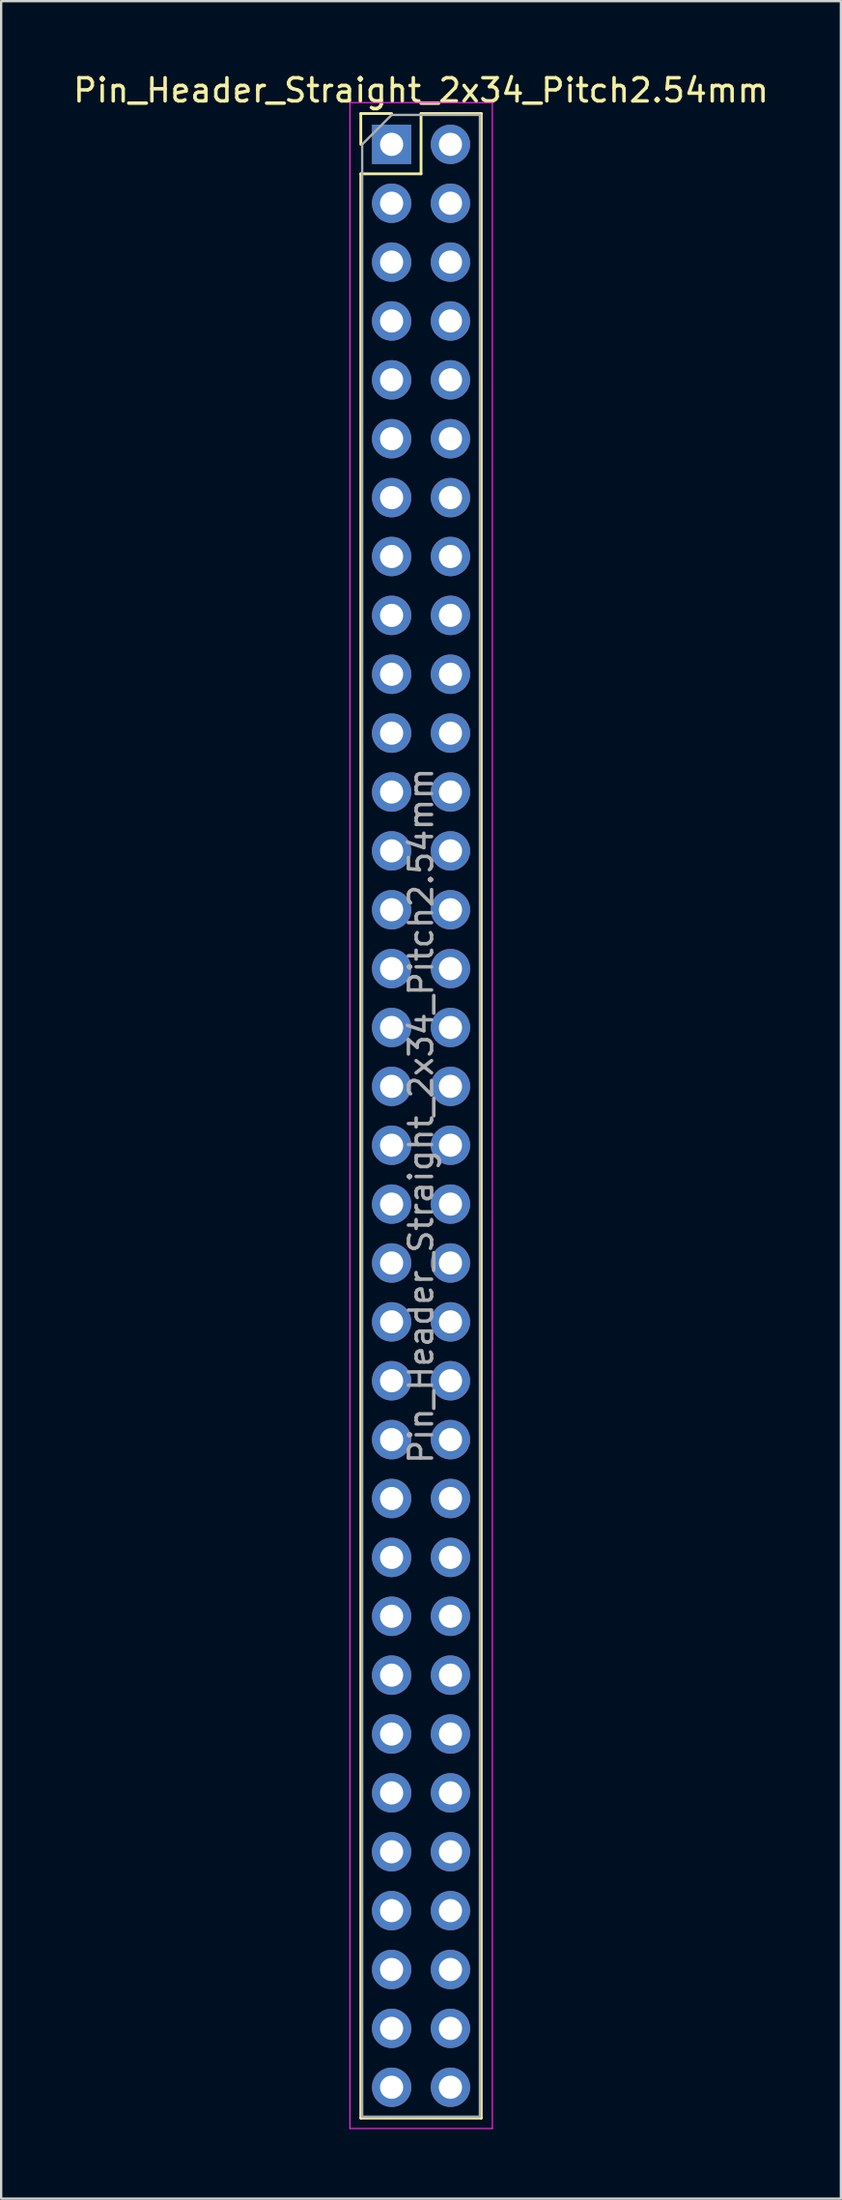
<source format=kicad_pcb>
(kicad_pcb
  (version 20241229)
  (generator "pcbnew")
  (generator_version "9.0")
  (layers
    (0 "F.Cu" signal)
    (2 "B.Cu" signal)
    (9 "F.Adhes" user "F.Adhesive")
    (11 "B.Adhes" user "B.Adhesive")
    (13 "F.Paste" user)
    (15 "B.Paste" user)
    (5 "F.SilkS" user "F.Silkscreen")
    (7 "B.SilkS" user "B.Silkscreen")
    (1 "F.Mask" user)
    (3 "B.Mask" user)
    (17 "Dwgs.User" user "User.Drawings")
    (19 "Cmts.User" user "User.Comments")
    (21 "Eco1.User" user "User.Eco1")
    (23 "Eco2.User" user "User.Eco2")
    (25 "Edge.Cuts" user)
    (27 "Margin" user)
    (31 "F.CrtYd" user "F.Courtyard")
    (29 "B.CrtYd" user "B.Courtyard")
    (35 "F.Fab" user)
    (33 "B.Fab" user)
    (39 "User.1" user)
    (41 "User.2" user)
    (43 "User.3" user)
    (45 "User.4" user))
  (footprint "Pin_Header_Straight_2x34_Pitch2.54mm"
    (layer "F.Cu")
    (at 13.855 3.178)
    (property "Reference" "Pin_Header_Straight_2x34_Pitch2.54mm" (at 1.27 -2.33 0) (layer "F.SilkS") (effects (font (size 1 1) (thickness 0.15))))
    (attr through_hole)
    (fp_line (start -1.33 -1.33) (end 0 -1.33) (stroke (width 0.12) (type solid)) (layer "F.SilkS"))
    (fp_line (start -1.33 0) (end -1.33 -1.33) (stroke (width 0.12) (type solid)) (layer "F.SilkS"))
    (fp_line (start -1.33 1.27) (end -1.33 85.15) (stroke (width 0.12) (type solid)) (layer "F.SilkS"))
    (fp_line (start -1.33 1.27) (end 1.27 1.27) (stroke (width 0.12) (type solid)) (layer "F.SilkS"))
    (fp_line (start -1.33 85.15) (end 3.87 85.15) (stroke (width 0.12) (type solid)) (layer "F.SilkS"))
    (fp_line (start 1.27 -1.33) (end 3.87 -1.33) (stroke (width 0.12) (type solid)) (layer "F.SilkS"))
    (fp_line (start 1.27 1.27) (end 1.27 -1.33) (stroke (width 0.12) (type solid)) (layer "F.SilkS"))
    (fp_line (start 3.87 -1.33) (end 3.87 85.15) (stroke (width 0.12) (type solid)) (layer "F.SilkS"))
    (fp_line (start -1.8 -1.8) (end -1.8 85.6) (stroke (width 0.05) (type solid)) (layer "F.CrtYd"))
    (fp_line (start -1.8 85.6) (end 4.35 85.6) (stroke (width 0.05) (type solid)) (layer "F.CrtYd"))
    (fp_line (start 4.35 -1.8) (end -1.8 -1.8) (stroke (width 0.05) (type solid)) (layer "F.CrtYd"))
    (fp_line (start 4.35 85.6) (end 4.35 -1.8) (stroke (width 0.05) (type solid)) (layer "F.CrtYd"))
    (fp_line (start -1.27 0) (end 0 -1.27) (stroke (width 0.1) (type solid)) (layer "F.Fab"))
    (fp_line (start -1.27 85.09) (end -1.27 0) (stroke (width 0.1) (type solid)) (layer "F.Fab"))
    (fp_line (start 0 -1.27) (end 3.81 -1.27) (stroke (width 0.1) (type solid)) (layer "F.Fab"))
    (fp_line (start 3.81 -1.27) (end 3.81 85.09) (stroke (width 0.1) (type solid)) (layer "F.Fab"))
    (fp_line (start 3.81 85.09) (end -1.27 85.09) (stroke (width 0.1) (type solid)) (layer "F.Fab"))
    (fp_text user "${REFERENCE}" (at 1.27 41.91 90) (layer "F.Fab") (effects (font (size 1 1) (thickness 0.15))))
    (pad "1" thru_hole rect (at 0 0) (size 1.7 1.7) (drill 1) (layers "*.Cu" "*.Mask"))
    (pad "2" thru_hole oval (at 2.54 0) (size 1.7 1.7) (drill 1) (layers "*.Cu" "*.Mask"))
    (pad "3" thru_hole oval (at 0 2.54) (size 1.7 1.7) (drill 1) (layers "*.Cu" "*.Mask"))
    (pad "4" thru_hole oval (at 2.54 2.54) (size 1.7 1.7) (drill 1) (layers "*.Cu" "*.Mask"))
    (pad "5" thru_hole oval (at 0 5.08) (size 1.7 1.7) (drill 1) (layers "*.Cu" "*.Mask"))
    (pad "6" thru_hole oval (at 2.54 5.08) (size 1.7 1.7) (drill 1) (layers "*.Cu" "*.Mask"))
    (pad "7" thru_hole oval (at 0 7.62) (size 1.7 1.7) (drill 1) (layers "*.Cu" "*.Mask"))
    (pad "8" thru_hole oval (at 2.54 7.62) (size 1.7 1.7) (drill 1) (layers "*.Cu" "*.Mask"))
    (pad "9" thru_hole oval (at 0 10.16) (size 1.7 1.7) (drill 1) (layers "*.Cu" "*.Mask"))
    (pad "10" thru_hole oval (at 2.54 10.16) (size 1.7 1.7) (drill 1) (layers "*.Cu" "*.Mask"))
    (pad "11" thru_hole oval (at 0 12.7) (size 1.7 1.7) (drill 1) (layers "*.Cu" "*.Mask"))
    (pad "12" thru_hole oval (at 2.54 12.7) (size 1.7 1.7) (drill 1) (layers "*.Cu" "*.Mask"))
    (pad "13" thru_hole oval (at 0 15.24) (size 1.7 1.7) (drill 1) (layers "*.Cu" "*.Mask"))
    (pad "14" thru_hole oval (at 2.54 15.24) (size 1.7 1.7) (drill 1) (layers "*.Cu" "*.Mask"))
    (pad "15" thru_hole oval (at 0 17.78) (size 1.7 1.7) (drill 1) (layers "*.Cu" "*.Mask"))
    (pad "16" thru_hole oval (at 2.54 17.78) (size 1.7 1.7) (drill 1) (layers "*.Cu" "*.Mask"))
    (pad "17" thru_hole oval (at 0 20.32) (size 1.7 1.7) (drill 1) (layers "*.Cu" "*.Mask"))
    (pad "18" thru_hole oval (at 2.54 20.32) (size 1.7 1.7) (drill 1) (layers "*.Cu" "*.Mask"))
    (pad "19" thru_hole oval (at 0 22.86) (size 1.7 1.7) (drill 1) (layers "*.Cu" "*.Mask"))
    (pad "20" thru_hole oval (at 2.54 22.86) (size 1.7 1.7) (drill 1) (layers "*.Cu" "*.Mask"))
    (pad "21" thru_hole oval (at 0 25.4) (size 1.7 1.7) (drill 1) (layers "*.Cu" "*.Mask"))
    (pad "22" thru_hole oval (at 2.54 25.4) (size 1.7 1.7) (drill 1) (layers "*.Cu" "*.Mask"))
    (pad "23" thru_hole oval (at 0 27.94) (size 1.7 1.7) (drill 1) (layers "*.Cu" "*.Mask"))
    (pad "24" thru_hole oval (at 2.54 27.94) (size 1.7 1.7) (drill 1) (layers "*.Cu" "*.Mask"))
    (pad "25" thru_hole oval (at 0 30.48) (size 1.7 1.7) (drill 1) (layers "*.Cu" "*.Mask"))
    (pad "26" thru_hole oval (at 2.54 30.48) (size 1.7 1.7) (drill 1) (layers "*.Cu" "*.Mask"))
    (pad "27" thru_hole oval (at 0 33.02) (size 1.7 1.7) (drill 1) (layers "*.Cu" "*.Mask"))
    (pad "28" thru_hole oval (at 2.54 33.02) (size 1.7 1.7) (drill 1) (layers "*.Cu" "*.Mask"))
    (pad "29" thru_hole oval (at 0 35.56) (size 1.7 1.7) (drill 1) (layers "*.Cu" "*.Mask"))
    (pad "30" thru_hole oval (at 2.54 35.56) (size 1.7 1.7) (drill 1) (layers "*.Cu" "*.Mask"))
    (pad "31" thru_hole oval (at 0 38.1) (size 1.7 1.7) (drill 1) (layers "*.Cu" "*.Mask"))
    (pad "32" thru_hole oval (at 2.54 38.1) (size 1.7 1.7) (drill 1) (layers "*.Cu" "*.Mask"))
    (pad "33" thru_hole oval (at 0 40.64) (size 1.7 1.7) (drill 1) (layers "*.Cu" "*.Mask"))
    (pad "34" thru_hole oval (at 2.54 40.64) (size 1.7 1.7) (drill 1) (layers "*.Cu" "*.Mask"))
    (pad "35" thru_hole oval (at 0 43.18) (size 1.7 1.7) (drill 1) (layers "*.Cu" "*.Mask"))
    (pad "36" thru_hole oval (at 2.54 43.18) (size 1.7 1.7) (drill 1) (layers "*.Cu" "*.Mask"))
    (pad "37" thru_hole oval (at 0 45.72) (size 1.7 1.7) (drill 1) (layers "*.Cu" "*.Mask"))
    (pad "38" thru_hole oval (at 2.54 45.72) (size 1.7 1.7) (drill 1) (layers "*.Cu" "*.Mask"))
    (pad "39" thru_hole oval (at 0 48.26) (size 1.7 1.7) (drill 1) (layers "*.Cu" "*.Mask"))
    (pad "40" thru_hole oval (at 2.54 48.26) (size 1.7 1.7) (drill 1) (layers "*.Cu" "*.Mask"))
    (pad "41" thru_hole oval (at 0 50.8) (size 1.7 1.7) (drill 1) (layers "*.Cu" "*.Mask"))
    (pad "42" thru_hole oval (at 2.54 50.8) (size 1.7 1.7) (drill 1) (layers "*.Cu" "*.Mask"))
    (pad "43" thru_hole oval (at 0 53.34) (size 1.7 1.7) (drill 1) (layers "*.Cu" "*.Mask"))
    (pad "44" thru_hole oval (at 2.54 53.34) (size 1.7 1.7) (drill 1) (layers "*.Cu" "*.Mask"))
    (pad "45" thru_hole oval (at 0 55.88) (size 1.7 1.7) (drill 1) (layers "*.Cu" "*.Mask"))
    (pad "46" thru_hole oval (at 2.54 55.88) (size 1.7 1.7) (drill 1) (layers "*.Cu" "*.Mask"))
    (pad "47" thru_hole oval (at 0 58.42) (size 1.7 1.7) (drill 1) (layers "*.Cu" "*.Mask"))
    (pad "48" thru_hole oval (at 2.54 58.42) (size 1.7 1.7) (drill 1) (layers "*.Cu" "*.Mask"))
    (pad "49" thru_hole oval (at 0 60.96) (size 1.7 1.7) (drill 1) (layers "*.Cu" "*.Mask"))
    (pad "50" thru_hole oval (at 2.54 60.96) (size 1.7 1.7) (drill 1) (layers "*.Cu" "*.Mask"))
    (pad "51" thru_hole oval (at 0 63.5) (size 1.7 1.7) (drill 1) (layers "*.Cu" "*.Mask"))
    (pad "52" thru_hole oval (at 2.54 63.5) (size 1.7 1.7) (drill 1) (layers "*.Cu" "*.Mask"))
    (pad "53" thru_hole oval (at 0 66.04) (size 1.7 1.7) (drill 1) (layers "*.Cu" "*.Mask"))
    (pad "54" thru_hole oval (at 2.54 66.04) (size 1.7 1.7) (drill 1) (layers "*.Cu" "*.Mask"))
    (pad "55" thru_hole oval (at 0 68.58) (size 1.7 1.7) (drill 1) (layers "*.Cu" "*.Mask"))
    (pad "56" thru_hole oval (at 2.54 68.58) (size 1.7 1.7) (drill 1) (layers "*.Cu" "*.Mask"))
    (pad "57" thru_hole oval (at 0 71.12) (size 1.7 1.7) (drill 1) (layers "*.Cu" "*.Mask"))
    (pad "58" thru_hole oval (at 2.54 71.12) (size 1.7 1.7) (drill 1) (layers "*.Cu" "*.Mask"))
    (pad "59" thru_hole oval (at 0 73.66) (size 1.7 1.7) (drill 1) (layers "*.Cu" "*.Mask"))
    (pad "60" thru_hole oval (at 2.54 73.66) (size 1.7 1.7) (drill 1) (layers "*.Cu" "*.Mask"))
    (pad "61" thru_hole oval (at 0 76.2) (size 1.7 1.7) (drill 1) (layers "*.Cu" "*.Mask"))
    (pad "62" thru_hole oval (at 2.54 76.2) (size 1.7 1.7) (drill 1) (layers "*.Cu" "*.Mask"))
    (pad "63" thru_hole oval (at 0 78.74) (size 1.7 1.7) (drill 1) (layers "*.Cu" "*.Mask"))
    (pad "64" thru_hole oval (at 2.54 78.74) (size 1.7 1.7) (drill 1) (layers "*.Cu" "*.Mask"))
    (pad "65" thru_hole oval (at 0 81.28) (size 1.7 1.7) (drill 1) (layers "*.Cu" "*.Mask"))
    (pad "66" thru_hole oval (at 2.54 81.28) (size 1.7 1.7) (drill 1) (layers "*.Cu" "*.Mask"))
    (pad "67" thru_hole oval (at 0 83.82) (size 1.7 1.7) (drill 1) (layers "*.Cu" "*.Mask"))
    (pad "68" thru_hole oval (at 2.54 83.82) (size 1.7 1.7) (drill 1) (layers "*.Cu" "*.Mask")))
  (gr_rect
    (start -3 -3)
    (end 33.25 91.803)
    (stroke (width 0.1) (type default))
    (fill no)
    (layer "Edge.Cuts")))
</source>
